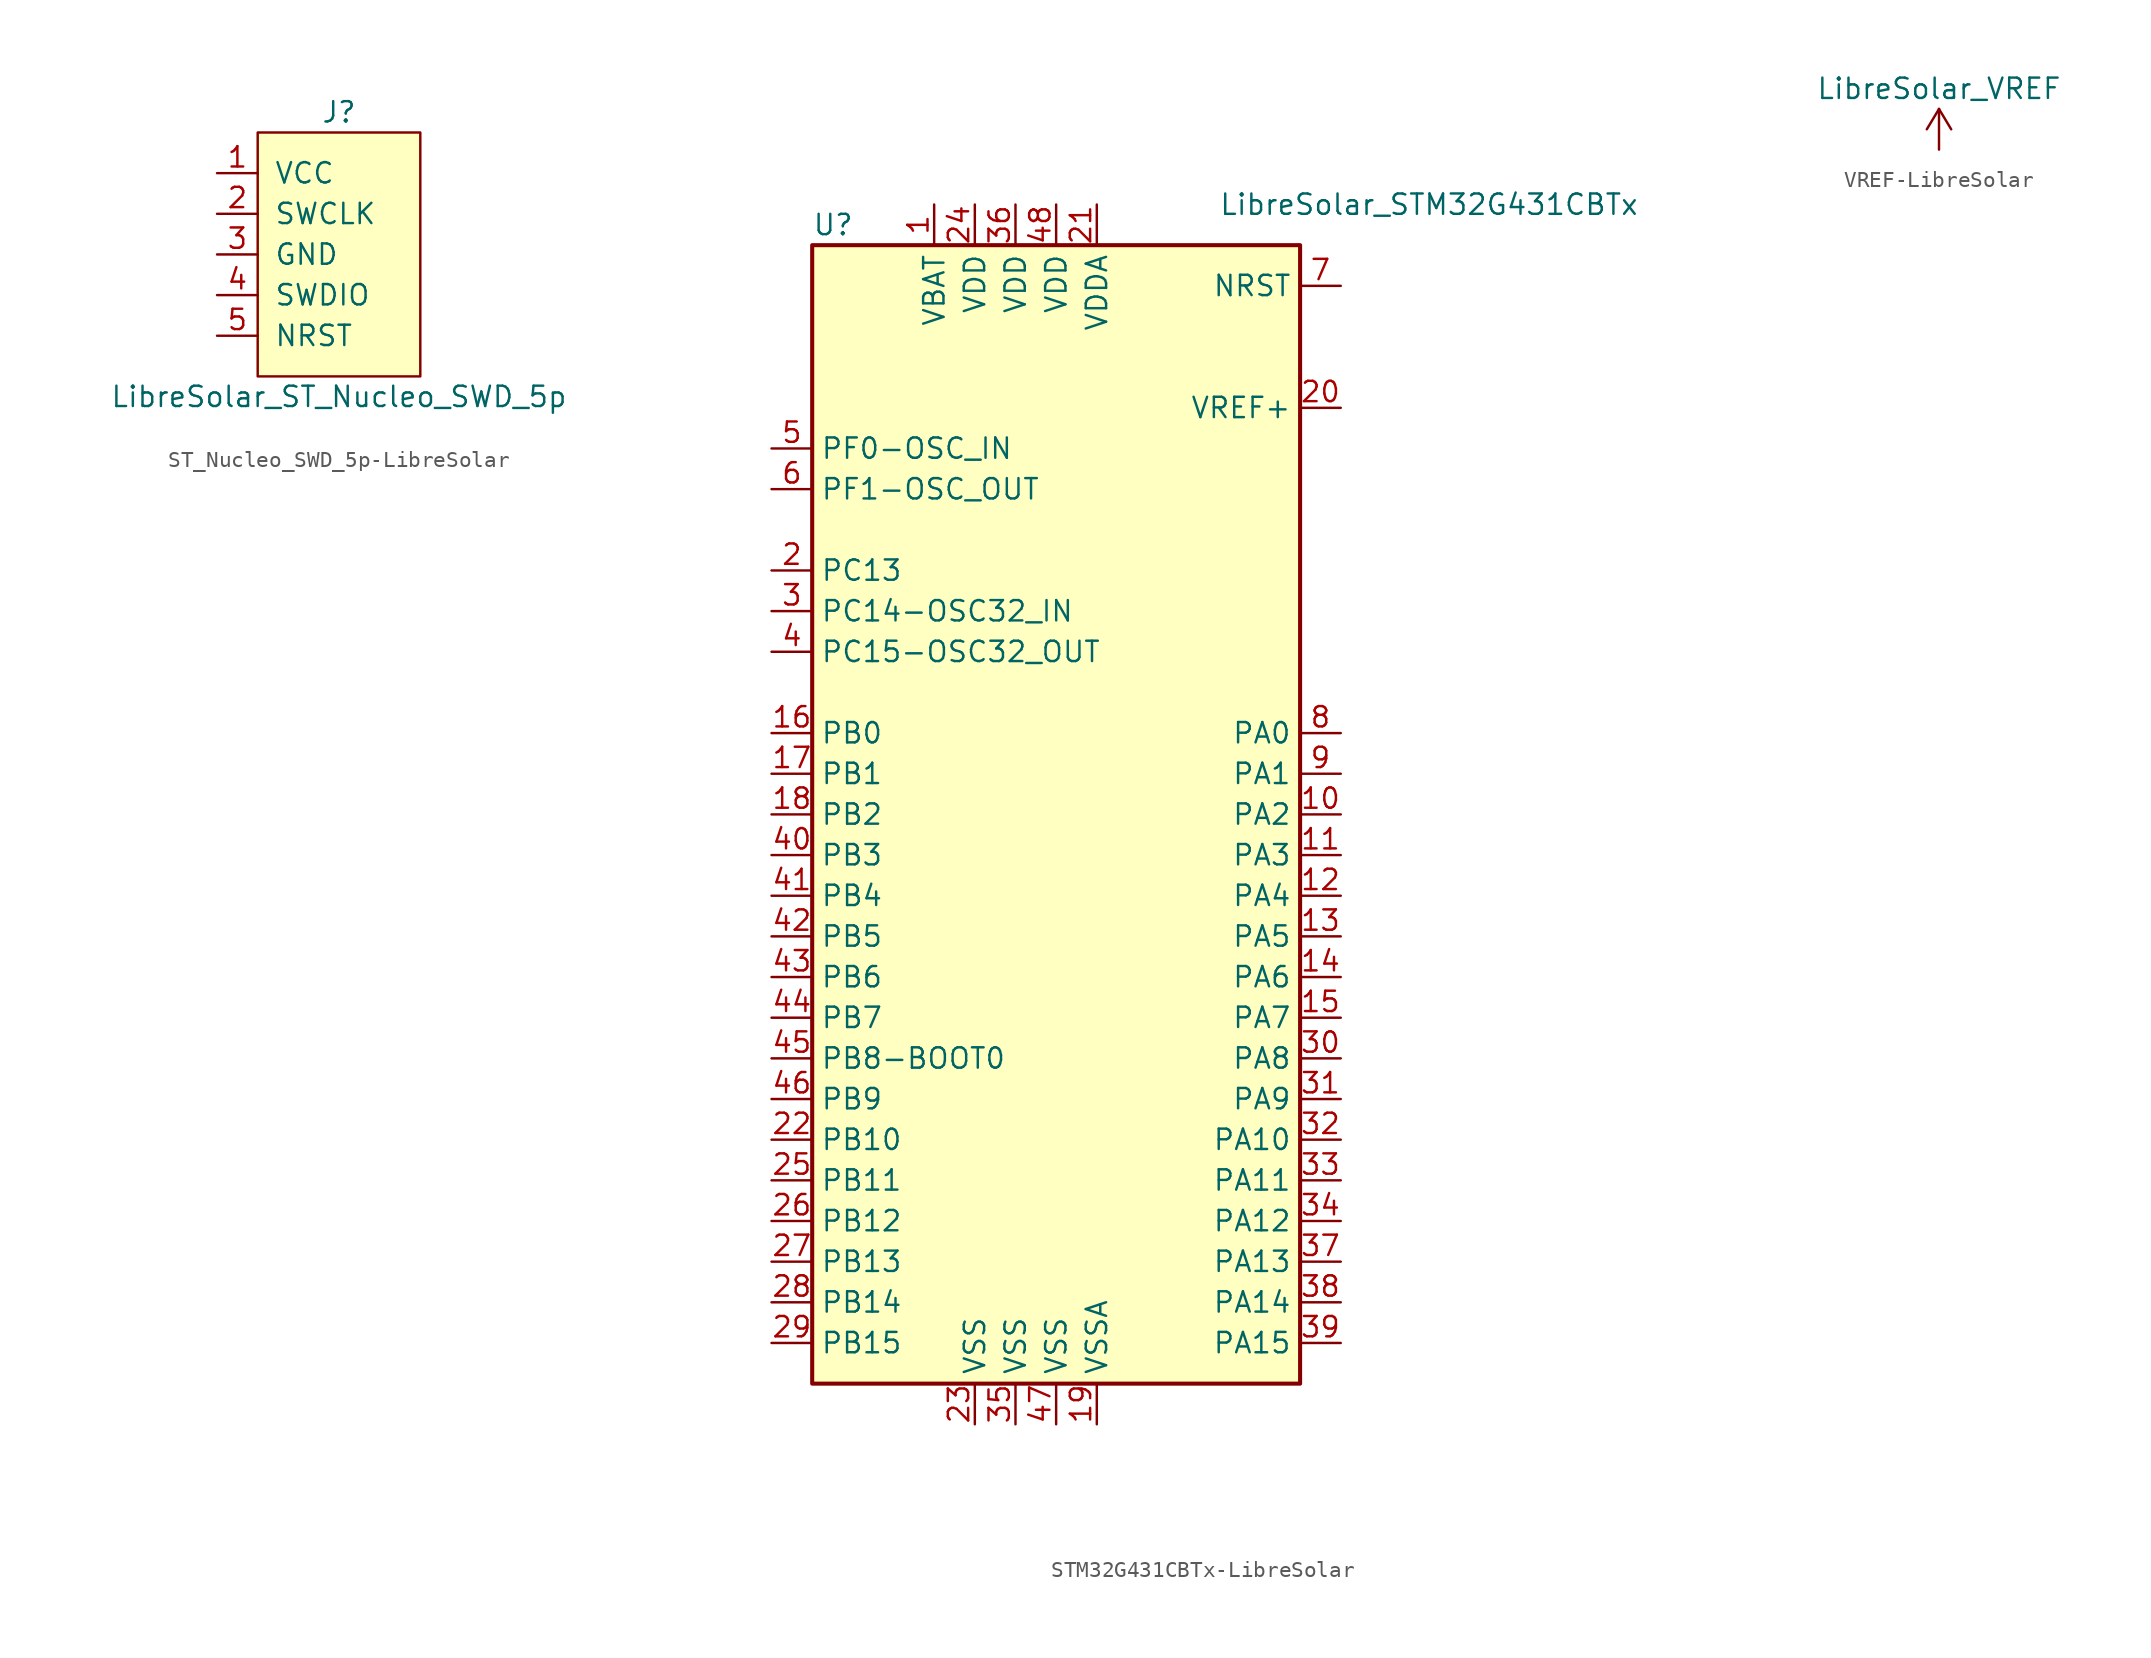
<source format=kicad_sym>
(kicad_symbol_lib
  (version 20231120)
  (generator "kicad_symbol_editor")
  (generator_version "8.0")
  (symbol "ST_Nucleo_SWD_5p-LibreSolar"
    (pin_names
      (offset 1.016))
    (property "Reference" "J"
      (at 0 8.89 0)
      (effects (font (size 1.27 1.27))))
    (property "Value" "LibreSolar_ST_Nucleo_SWD_5p"
      (at 0 -8.89 0)
      (effects (font (size 1.27 1.27))))
    (property "Datasheet" ""
      (at 3.81 1.27 0)
      (effects (font (size 1.524 1.524))))
    (symbol "ST_Nucleo_SWD_5p-LibreSolar_0_1"
      (rectangle (start -5.08 7.62) (end 5.08 -7.62) (stroke (width 0) (type solid)) (fill (type background))))
    (symbol "ST_Nucleo_SWD_5p-LibreSolar_1_1"
      (pin passive line (at -7.62 5.08 0) (length 2.54) (name "VCC" (effects (font (size 1.27 1.27)))) (number "1" (effects (font (size 1.27 1.27)))))
      (pin passive line (at -7.62 2.54 0) (length 2.54) (name "SWCLK" (effects (font (size 1.27 1.27)))) (number "2" (effects (font (size 1.27 1.27)))))
      (pin passive line (at -7.62 0 0) (length 2.54) (name "GND" (effects (font (size 1.27 1.27)))) (number "3" (effects (font (size 1.27 1.27)))))
      (pin passive line (at -7.62 -2.54 0) (length 2.54) (name "SWDIO" (effects (font (size 1.27 1.27)))) (number "4" (effects (font (size 1.27 1.27)))))
      (pin passive line (at -7.62 -5.08 0) (length 2.54) (name "NRST" (effects (font (size 1.27 1.27)))) (number "5" (effects (font (size 1.27 1.27)))))))
  (symbol "STM32G431CBTx-LibreSolar"
    (property "Reference" "U"
      (at -15.24 36.83 0)
      (effects (font (size 1.27 1.27)) (justify left)))
    (property "Value" "LibreSolar_STM32G431CBTx"
      (at 10.16 38.1 0)
      (effects (font (size 1.27 1.27)) (justify left)))
    (symbol "STM32G431CBTx-LibreSolar_0_1"
      (rectangle (start -15.24 -35.56) (end 15.24 35.56) (stroke (width 0.254) (type solid)) (fill (type background))))
    (symbol "STM32G431CBTx-LibreSolar_1_1"
      (pin power_in line (at -7.62 38.1 270) (length 2.54) (name "VBAT" (effects (font (size 1.27 1.27)))) (number "1" (effects (font (size 1.27 1.27)))))
      (pin bidirectional line (at 17.78 0 180) (length 2.54) (name "PA2" (effects (font (size 1.27 1.27)))) (number "10" (effects (font (size 1.27 1.27)))))
      (pin bidirectional line (at 17.78 -2.54 180) (length 2.54) (name "PA3" (effects (font (size 1.27 1.27)))) (number "11" (effects (font (size 1.27 1.27)))))
      (pin bidirectional line (at 17.78 -5.08 180) (length 2.54) (name "PA4" (effects (font (size 1.27 1.27)))) (number "12" (effects (font (size 1.27 1.27)))))
      (pin bidirectional line (at 17.78 -7.62 180) (length 2.54) (name "PA5" (effects (font (size 1.27 1.27)))) (number "13" (effects (font (size 1.27 1.27)))))
      (pin bidirectional line (at 17.78 -10.16 180) (length 2.54) (name "PA6" (effects (font (size 1.27 1.27)))) (number "14" (effects (font (size 1.27 1.27)))))
      (pin bidirectional line (at 17.78 -12.7 180) (length 2.54) (name "PA7" (effects (font (size 1.27 1.27)))) (number "15" (effects (font (size 1.27 1.27)))))
      (pin bidirectional line (at -17.78 5.08 0) (length 2.54) (name "PB0" (effects (font (size 1.27 1.27)))) (number "16" (effects (font (size 1.27 1.27)))))
      (pin bidirectional line (at -17.78 2.54 0) (length 2.54) (name "PB1" (effects (font (size 1.27 1.27)))) (number "17" (effects (font (size 1.27 1.27)))))
      (pin bidirectional line (at -17.78 0 0) (length 2.54) (name "PB2" (effects (font (size 1.27 1.27)))) (number "18" (effects (font (size 1.27 1.27)))))
      (pin power_in line (at 2.54 -38.1 90) (length 2.54) (name "VSSA" (effects (font (size 1.27 1.27)))) (number "19" (effects (font (size 1.27 1.27)))))
      (pin bidirectional line (at -17.78 15.24 0) (length 2.54) (name "PC13" (effects (font (size 1.27 1.27)))) (number "2" (effects (font (size 1.27 1.27)))))
      (pin power_in line (at 17.78 25.4 180) (length 2.54) (name "VREF+" (effects (font (size 1.27 1.27)))) (number "20" (effects (font (size 1.27 1.27)))))
      (pin power_in line (at 2.54 38.1 270) (length 2.54) (name "VDDA" (effects (font (size 1.27 1.27)))) (number "21" (effects (font (size 1.27 1.27)))))
      (pin bidirectional line (at -17.78 -20.32 0) (length 2.54) (name "PB10" (effects (font (size 1.27 1.27)))) (number "22" (effects (font (size 1.27 1.27)))))
      (pin power_in line (at -5.08 -38.1 90) (length 2.54) (name "VSS" (effects (font (size 1.27 1.27)))) (number "23" (effects (font (size 1.27 1.27)))))
      (pin power_in line (at -5.08 38.1 270) (length 2.54) (name "VDD" (effects (font (size 1.27 1.27)))) (number "24" (effects (font (size 1.27 1.27)))))
      (pin bidirectional line (at -17.78 -22.86 0) (length 2.54) (name "PB11" (effects (font (size 1.27 1.27)))) (number "25" (effects (font (size 1.27 1.27)))))
      (pin bidirectional line (at -17.78 -25.4 0) (length 2.54) (name "PB12" (effects (font (size 1.27 1.27)))) (number "26" (effects (font (size 1.27 1.27)))))
      (pin bidirectional line (at -17.78 -27.94 0) (length 2.54) (name "PB13" (effects (font (size 1.27 1.27)))) (number "27" (effects (font (size 1.27 1.27)))))
      (pin bidirectional line (at -17.78 -30.48 0) (length 2.54) (name "PB14" (effects (font (size 1.27 1.27)))) (number "28" (effects (font (size 1.27 1.27)))))
      (pin bidirectional line (at -17.78 -33.02 0) (length 2.54) (name "PB15" (effects (font (size 1.27 1.27)))) (number "29" (effects (font (size 1.27 1.27)))))
      (pin bidirectional line (at -17.78 12.7 0) (length 2.54) (name "PC14-OSC32_IN" (effects (font (size 1.27 1.27)))) (number "3" (effects (font (size 1.27 1.27)))))
      (pin bidirectional line (at 17.78 -15.24 180) (length 2.54) (name "PA8" (effects (font (size 1.27 1.27)))) (number "30" (effects (font (size 1.27 1.27)))))
      (pin bidirectional line (at 17.78 -17.78 180) (length 2.54) (name "PA9" (effects (font (size 1.27 1.27)))) (number "31" (effects (font (size 1.27 1.27)))))
      (pin bidirectional line (at 17.78 -20.32 180) (length 2.54) (name "PA10" (effects (font (size 1.27 1.27)))) (number "32" (effects (font (size 1.27 1.27)))))
      (pin bidirectional line (at 17.78 -22.86 180) (length 2.54) (name "PA11" (effects (font (size 1.27 1.27)))) (number "33" (effects (font (size 1.27 1.27)))))
      (pin bidirectional line (at 17.78 -25.4 180) (length 2.54) (name "PA12" (effects (font (size 1.27 1.27)))) (number "34" (effects (font (size 1.27 1.27)))))
      (pin power_in line (at -2.54 -38.1 90) (length 2.54) (name "VSS" (effects (font (size 1.27 1.27)))) (number "35" (effects (font (size 1.27 1.27)))))
      (pin power_in line (at -2.54 38.1 270) (length 2.54) (name "VDD" (effects (font (size 1.27 1.27)))) (number "36" (effects (font (size 1.27 1.27)))))
      (pin bidirectional line (at 17.78 -27.94 180) (length 2.54) (name "PA13" (effects (font (size 1.27 1.27)))) (number "37" (effects (font (size 1.27 1.27)))))
      (pin bidirectional line (at 17.78 -30.48 180) (length 2.54) (name "PA14" (effects (font (size 1.27 1.27)))) (number "38" (effects (font (size 1.27 1.27)))))
      (pin bidirectional line (at 17.78 -33.02 180) (length 2.54) (name "PA15" (effects (font (size 1.27 1.27)))) (number "39" (effects (font (size 1.27 1.27)))))
      (pin bidirectional line (at -17.78 10.16 0) (length 2.54) (name "PC15-OSC32_OUT" (effects (font (size 1.27 1.27)))) (number "4" (effects (font (size 1.27 1.27)))))
      (pin bidirectional line (at -17.78 -2.54 0) (length 2.54) (name "PB3" (effects (font (size 1.27 1.27)))) (number "40" (effects (font (size 1.27 1.27)))))
      (pin bidirectional line (at -17.78 -5.08 0) (length 2.54) (name "PB4" (effects (font (size 1.27 1.27)))) (number "41" (effects (font (size 1.27 1.27)))))
      (pin bidirectional line (at -17.78 -7.62 0) (length 2.54) (name "PB5" (effects (font (size 1.27 1.27)))) (number "42" (effects (font (size 1.27 1.27)))))
      (pin bidirectional line (at -17.78 -10.16 0) (length 2.54) (name "PB6" (effects (font (size 1.27 1.27)))) (number "43" (effects (font (size 1.27 1.27)))))
      (pin bidirectional line (at -17.78 -12.7 0) (length 2.54) (name "PB7" (effects (font (size 1.27 1.27)))) (number "44" (effects (font (size 1.27 1.27)))))
      (pin input line (at -17.78 -15.24 0) (length 2.54) (name "PB8-BOOT0" (effects (font (size 1.27 1.27)))) (number "45" (effects (font (size 1.27 1.27)))))
      (pin bidirectional line (at -17.78 -17.78 0) (length 2.54) (name "PB9" (effects (font (size 1.27 1.27)))) (number "46" (effects (font (size 1.27 1.27)))))
      (pin power_in line (at 0 -38.1 90) (length 2.54) (name "VSS" (effects (font (size 1.27 1.27)))) (number "47" (effects (font (size 1.27 1.27)))))
      (pin power_in line (at 0 38.1 270) (length 2.54) (name "VDD" (effects (font (size 1.27 1.27)))) (number "48" (effects (font (size 1.27 1.27)))))
      (pin input line (at -17.78 22.86 0) (length 2.54) (name "PF0-OSC_IN" (effects (font (size 1.27 1.27)))) (number "5" (effects (font (size 1.27 1.27)))))
      (pin input line (at -17.78 20.32 0) (length 2.54) (name "PF1-OSC_OUT" (effects (font (size 1.27 1.27)))) (number "6" (effects (font (size 1.27 1.27)))))
      (pin input line (at 17.78 33.02 180) (length 2.54) (name "NRST" (effects (font (size 1.27 1.27)))) (number "7" (effects (font (size 1.27 1.27)))))
      (pin bidirectional line (at 17.78 5.08 180) (length 2.54) (name "PA0" (effects (font (size 1.27 1.27)))) (number "8" (effects (font (size 1.27 1.27)))))
      (pin bidirectional line (at 17.78 2.54 180) (length 2.54) (name "PA1" (effects (font (size 1.27 1.27)))) (number "9" (effects (font (size 1.27 1.27)))))))
  (symbol "VREF-LibreSolar"
    (power)
    (pin_names
      (offset 0))
    (property "Reference" "#PWR"
      (at 0 -3.81 0)
      (effects (font (size 1.27 1.27)) (hide yes)))
    (property "Value" "LibreSolar_VREF"
      (at 0 3.81 0)
      (effects (font (size 1.27 1.27))))
    (symbol "VREF-LibreSolar_0_1"
      (polyline (pts (xy -0.762 1.27) (xy 0 2.54)) (stroke (width 0) (type solid)) (fill (type none)))
      (polyline (pts (xy 0 0) (xy 0 2.54)) (stroke (width 0) (type solid)) (fill (type none)))
      (polyline (pts (xy 0 2.54) (xy 0.762 1.27)) (stroke (width 0) (type solid)) (fill (type none))))
    (symbol "VREF-LibreSolar_1_1"
      (pin power_in line (at 0 0 90) (length 0) hide (name "VREF" (effects (font (size 1.27 1.27)))) (number "1" (effects (font (size 1.27 1.27))))))))
</source>
